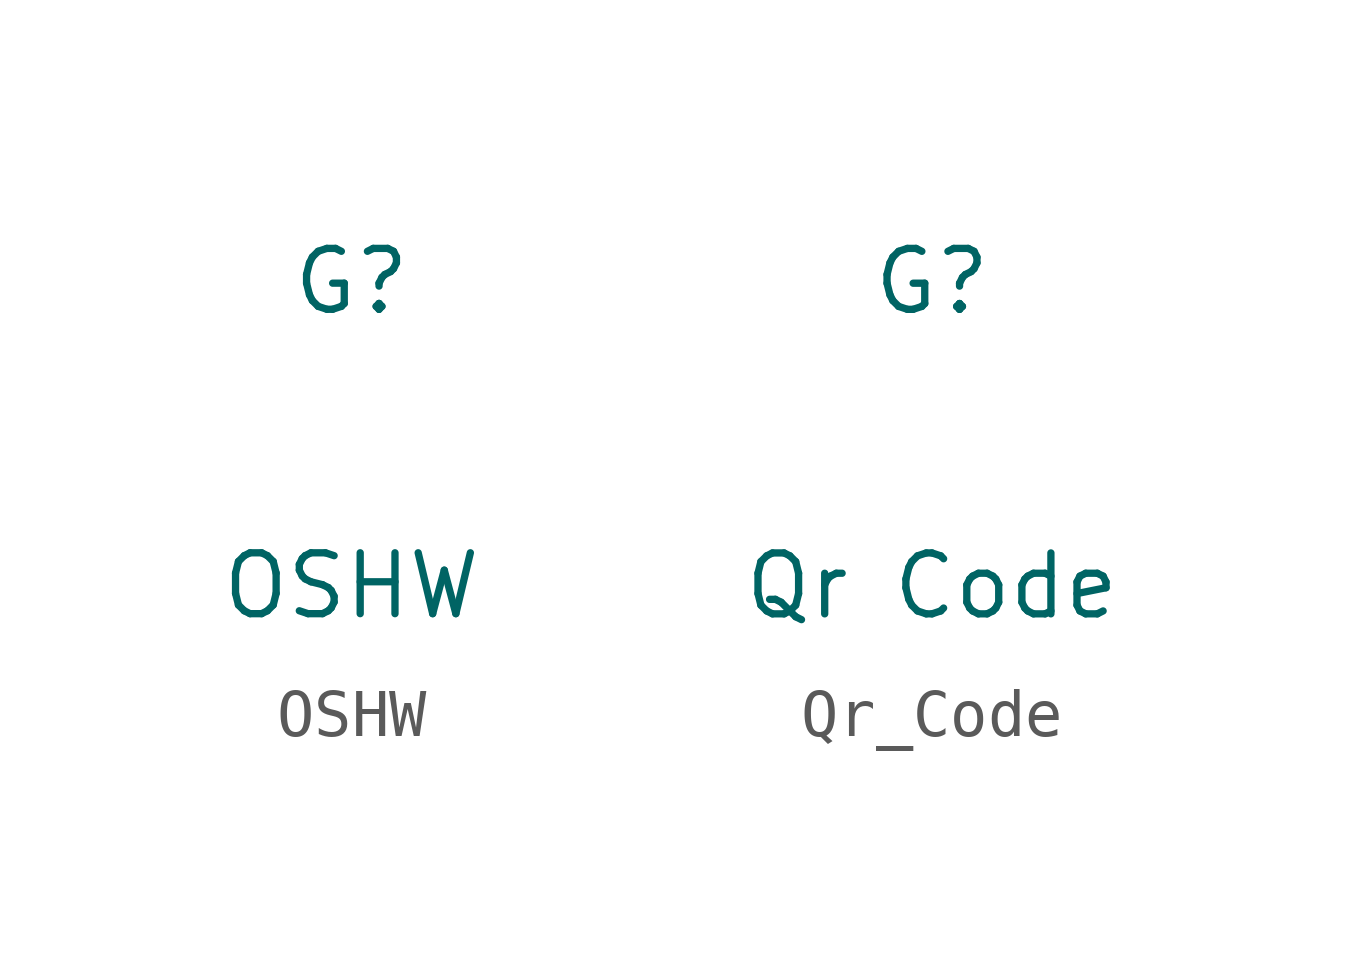
<source format=kicad_sym>
(kicad_symbol_lib
  (version 20241209)
  (generator "kicad_symbol_editor")
  (generator_version "9.0")
  (symbol "OSHW"
    (property "Reference" "G"
      (at 0 2.286 0)
      (effects (font (size 1.27 1.27))))
    (property "Value" "OSHW"
      (at 0 -4.064 0)
      (effects (font (size 1.27 1.27))))
    (symbol "OSHW_1_0"
      (polyline (pts (xy -0.925 0.211) (xy -0.898 0.209) (xy -0.872 0.206) (xy -0.846 0.201) (xy -0.82 0.195) (xy -0.795 0.188) (xy -0.771 0.18) (xy -0.747 0.17) (xy -0.723 0.16) (xy -0.7 0.148) (xy -0.678 0.135) (xy -0.657 0.121) (xy -0.636 0.106) (xy -0.616 0.091) (xy -0.597 0.074) (xy -0.578 0.057) (xy -0.561 0.038) (xy -0.544 0.019) (xy -0.528 -0.001) (xy -0.514 -0.022) (xy -0.5 -0.043) (xy -0.487 -0.065) (xy -0.475 -0.088) (xy -0.465 -0.112) (xy -0.455 -0.136) (xy -0.447 -0.16) (xy -0.44 -0.185) (xy -0.434 -0.211) (xy -0.429 -0.237) (xy -0.426 -0.263) (xy -0.424 -0.29) (xy -0.423 -0.318) (xy -0.424 -0.345) (xy -0.426 -0.372) (xy -0.429 -0.398) (xy -0.434 -0.424) (xy -0.44 -0.45) (xy -0.447 -0.475) (xy -0.455 -0.499) (xy -0.465 -0.523) (xy -0.475 -0.547) (xy -0.487 -0.57) (xy -0.5 -0.592) (xy -0.514 -0.613) (xy -0.528 -0.634) (xy -0.544 -0.654) (xy -0.561 -0.673) (xy -0.578 -0.692) (xy -0.597 -0.709) (xy -0.616 -0.726) (xy -0.636 -0.742) (xy -0.657 -0.756) (xy -0.678 -0.77) (xy -0.7 -0.783) (xy -0.723 -0.794) (xy -0.747 -0.805) (xy -0.771 -0.815) (xy -0.795 -0.823) (xy -0.82 -0.83) (xy -0.846 -0.836) (xy -0.872 -0.841) (xy -0.898 -0.844) (xy -0.925 -0.846) (xy -0.953 -0.847) (xy -0.98 -0.846) (xy -1.007 -0.844) (xy -1.033 -0.841) (xy -1.059 -0.836) (xy -1.085 -0.83) (xy -1.11 -0.823) (xy -1.134 -0.815) (xy -1.159 -0.805) (xy -1.182 -0.794) (xy -1.205 -0.783) (xy -1.227 -0.77) (xy -1.248 -0.756) (xy -1.269 -0.742) (xy -1.289 -0.726) (xy -1.308 -0.709) (xy -1.327 -0.692) (xy -1.344 -0.673) (xy -1.361 -0.654) (xy -1.377 -0.634) (xy -1.391 -0.613) (xy -1.405 -0.592) (xy -1.418 -0.57) (xy -1.429 -0.547) (xy -1.44 -0.523) (xy -1.45 -0.499) (xy -1.458 -0.475) (xy -1.465 -0.45) (xy -1.471 -0.424) (xy -1.476 -0.398) (xy -1.479 -0.372) (xy -1.481 -0.345) (xy -1.482 -0.318) (xy -1.481 -0.29) (xy -1.479 -0.263) (xy -1.476 -0.237) (xy -1.471 -0.211) (xy -1.465 -0.185) (xy -1.458 -0.16) (xy -1.45 -0.136) (xy -1.44 -0.112) (xy -1.429 -0.088) (xy -1.418 -0.065) (xy -1.405 -0.043) (xy -1.391 -0.022) (xy -1.377 -0.001) (xy -1.361 0.019) (xy -1.344 0.038) (xy -1.327 0.057) (xy -1.308 0.074) (xy -1.289 0.091) (xy -1.269 0.106) (xy -1.248 0.121) (xy -1.227 0.135) (xy -1.205 0.148) (xy -1.182 0.16) (xy -1.159 0.17) (xy -1.134 0.18) (xy -1.11 0.188) (xy -1.085 0.195) (xy -1.059 0.201) (xy -1.033 0.206) (xy -1.007 0.209) (xy -0.98 0.211) (xy -0.953 0.212) (xy -0.925 0.211)) (stroke (width -0.0001) (type solid)) (fill (type color) (color 0 0 0 0)))
      (polyline (pts (xy 1.442 1.27) (xy 1.456 1.269) (xy 1.469 1.267) (xy 1.482 1.265) (xy 1.495 1.262) (xy 1.508 1.258) (xy 1.52 1.254) (xy 1.532 1.249) (xy 1.544 1.244) (xy 1.555 1.238) (xy 1.566 1.232) (xy 1.577 1.225) (xy 1.587 1.218) (xy 1.597 1.21) (xy 1.607 1.201) (xy 1.616 1.193) (xy 1.625 1.183) (xy 1.633 1.174) (xy 1.641 1.164) (xy 1.648 1.153) (xy 1.655 1.143) (xy 1.661 1.132) (xy 1.667 1.12) (xy 1.673 1.109) (xy 1.677 1.096) (xy 1.681 1.084) (xy 1.685 1.072) (xy 1.688 1.059) (xy 1.69 1.046) (xy 1.692 1.032) (xy 1.693 1.019) (xy 1.693 1.005) (xy 1.693 -2.699) (xy 1.693 -2.712) (xy 1.692 -2.726) (xy 1.69 -2.739) (xy 1.688 -2.752) (xy 1.685 -2.765) (xy 1.681 -2.777) (xy 1.677 -2.79) (xy 1.673 -2.802) (xy 1.667 -2.813) (xy 1.661 -2.825) (xy 1.655 -2.836) (xy 1.648 -2.847) (xy 1.641 -2.857) (xy 1.633 -2.867) (xy 1.625 -2.877) (xy 1.616 -2.886) (xy 1.607 -2.895) (xy 1.597 -2.903) (xy 1.587 -2.911) (xy 1.577 -2.918) (xy 1.566 -2.925) (xy 1.555 -2.931) (xy 1.544 -2.937) (xy 1.532 -2.943) (xy 1.52 -2.947) (xy 1.508 -2.951) (xy 1.495 -2.955) (xy 1.482 -2.958) (xy 1.469 -2.96) (xy 1.456 -2.962) (xy 1.442 -2.963) (xy 1.429 -2.963) (xy -2.275 -2.963) (xy -2.289 -2.963) (xy -2.303 -2.962) (xy -2.316 -2.96) (xy -2.329 -2.958) (xy -2.342 -2.955) (xy -2.354 -2.951) (xy -2.366 -2.947) (xy -2.378 -2.943) (xy -2.39 -2.937) (xy -2.402 -2.931) (xy -2.413 -2.925) (xy -2.423 -2.918) (xy -2.434 -2.911) (xy -2.444 -2.903) (xy -2.453 -2.895) (xy -2.463 -2.886) (xy -2.471 -2.877) (xy -2.48 -2.867) (xy -2.487 -2.857) (xy -2.495 -2.847) (xy -2.502 -2.836) (xy -2.508 -2.825) (xy -2.514 -2.813) (xy -2.519 -2.802) (xy -2.524 -2.79) (xy -2.528 -2.777) (xy -2.532 -2.765) (xy -2.535 -2.752) (xy -2.537 -2.739) (xy -2.539 -2.726) (xy -2.54 -2.712) (xy -2.54 -2.699) (xy -2.54 -2.434) (xy -2.011 -2.434) (xy -1.428 -2.434) (xy 0.187 -0.819) (xy 0.197 -0.809) (xy 0.207 -0.8) (xy 0.218 -0.792) (xy 0.229 -0.785) (xy 0.24 -0.778) (xy 0.251 -0.771) (xy 0.263 -0.766) (xy 0.275 -0.76) (xy 0.287 -0.756) (xy 0.299 -0.752) (xy 0.311 -0.749) (xy 0.324 -0.746) (xy 0.336 -0.744) (xy 0.349 -0.742) (xy 0.362 -0.742) (xy 0.374 -0.741) (xy 0.387 -0.742) (xy 0.4 -0.742) (xy 0.412 -0.744) (xy 0.425 -0.746) (xy 0.437 -0.749) (xy 0.45 -0.752) (xy 0.462 -0.756) (xy 0.474 -0.76) (xy 0.486 -0.766) (xy 0.497 -0.771) (xy 0.509 -0.778) (xy 0.52 -0.785) (xy 0.531 -0.792) (xy 0.541 -0.8) (xy 0.551 -0.809) (xy 0.561 -0.819) (xy 1.164 -1.421) (xy 1.164 0.741) (xy -2.011 0.741) (xy -2.011 -2.434) (xy -2.54 -2.434) (xy -2.54 1.005) (xy -2.54 1.019) (xy -2.539 1.032) (xy -2.537 1.046) (xy -2.535 1.059) (xy -2.532 1.072) (xy -2.528 1.084) (xy -2.524 1.096) (xy -2.519 1.109) (xy -2.514 1.12) (xy -2.508 1.132) (xy -2.502 1.143) (xy -2.495 1.153) (xy -2.487 1.164) (xy -2.48 1.174) (xy -2.471 1.183) (xy -2.463 1.193) (xy -2.453 1.201) (xy -2.444 1.21) (xy -2.434 1.218) (xy -2.423 1.225) (xy -2.413 1.232) (xy -2.402 1.238) (xy -2.39 1.244) (xy -2.378 1.249) (xy -2.366 1.254) (xy -2.354 1.258) (xy -2.342 1.262) (xy -2.329 1.265) (xy -2.316 1.267) (xy -2.303 1.269) (xy -2.289 1.27) (xy -2.275 1.27) (xy 1.429 1.27) (xy 1.442 1.27)) (stroke (width -0.0001) (type solid)) (fill (type color) (color 0 0 0 0)))))
  (symbol "Qr_Code"
    (property "Reference" "G"
      (at 0 2.286 0)
      (effects (font (size 1.27 1.27))))
    (property "Value" "Qr Code"
      (at 0 -4.064 0)
      (effects (font (size 1.27 1.27))))
    (symbol "Qr_Code_1_0"
      (polyline (pts (xy -0.925 0.211) (xy -0.898 0.209) (xy -0.872 0.206) (xy -0.846 0.201) (xy -0.82 0.195) (xy -0.795 0.188) (xy -0.771 0.18) (xy -0.747 0.17) (xy -0.723 0.16) (xy -0.7 0.148) (xy -0.678 0.135) (xy -0.657 0.121) (xy -0.636 0.106) (xy -0.616 0.091) (xy -0.597 0.074) (xy -0.578 0.057) (xy -0.561 0.038) (xy -0.544 0.019) (xy -0.528 -0.001) (xy -0.514 -0.022) (xy -0.5 -0.043) (xy -0.487 -0.065) (xy -0.475 -0.088) (xy -0.465 -0.112) (xy -0.455 -0.136) (xy -0.447 -0.16) (xy -0.44 -0.185) (xy -0.434 -0.211) (xy -0.429 -0.237) (xy -0.426 -0.263) (xy -0.424 -0.29) (xy -0.423 -0.318) (xy -0.424 -0.345) (xy -0.426 -0.372) (xy -0.429 -0.398) (xy -0.434 -0.424) (xy -0.44 -0.45) (xy -0.447 -0.475) (xy -0.455 -0.499) (xy -0.465 -0.523) (xy -0.475 -0.547) (xy -0.487 -0.57) (xy -0.5 -0.592) (xy -0.514 -0.613) (xy -0.528 -0.634) (xy -0.544 -0.654) (xy -0.561 -0.673) (xy -0.578 -0.692) (xy -0.597 -0.709) (xy -0.616 -0.726) (xy -0.636 -0.742) (xy -0.657 -0.756) (xy -0.678 -0.77) (xy -0.7 -0.783) (xy -0.723 -0.794) (xy -0.747 -0.805) (xy -0.771 -0.815) (xy -0.795 -0.823) (xy -0.82 -0.83) (xy -0.846 -0.836) (xy -0.872 -0.841) (xy -0.898 -0.844) (xy -0.925 -0.846) (xy -0.953 -0.847) (xy -0.98 -0.846) (xy -1.007 -0.844) (xy -1.033 -0.841) (xy -1.059 -0.836) (xy -1.085 -0.83) (xy -1.11 -0.823) (xy -1.134 -0.815) (xy -1.159 -0.805) (xy -1.182 -0.794) (xy -1.205 -0.783) (xy -1.227 -0.77) (xy -1.248 -0.756) (xy -1.269 -0.742) (xy -1.289 -0.726) (xy -1.308 -0.709) (xy -1.327 -0.692) (xy -1.344 -0.673) (xy -1.361 -0.654) (xy -1.377 -0.634) (xy -1.391 -0.613) (xy -1.405 -0.592) (xy -1.418 -0.57) (xy -1.429 -0.547) (xy -1.44 -0.523) (xy -1.45 -0.499) (xy -1.458 -0.475) (xy -1.465 -0.45) (xy -1.471 -0.424) (xy -1.476 -0.398) (xy -1.479 -0.372) (xy -1.481 -0.345) (xy -1.482 -0.318) (xy -1.481 -0.29) (xy -1.479 -0.263) (xy -1.476 -0.237) (xy -1.471 -0.211) (xy -1.465 -0.185) (xy -1.458 -0.16) (xy -1.45 -0.136) (xy -1.44 -0.112) (xy -1.429 -0.088) (xy -1.418 -0.065) (xy -1.405 -0.043) (xy -1.391 -0.022) (xy -1.377 -0.001) (xy -1.361 0.019) (xy -1.344 0.038) (xy -1.327 0.057) (xy -1.308 0.074) (xy -1.289 0.091) (xy -1.269 0.106) (xy -1.248 0.121) (xy -1.227 0.135) (xy -1.205 0.148) (xy -1.182 0.16) (xy -1.159 0.17) (xy -1.134 0.18) (xy -1.11 0.188) (xy -1.085 0.195) (xy -1.059 0.201) (xy -1.033 0.206) (xy -1.007 0.209) (xy -0.98 0.211) (xy -0.953 0.212) (xy -0.925 0.211)) (stroke (width -0.0001) (type solid)) (fill (type color) (color 0 0 0 0)))
      (polyline (pts (xy 1.442 1.27) (xy 1.456 1.269) (xy 1.469 1.267) (xy 1.482 1.265) (xy 1.495 1.262) (xy 1.508 1.258) (xy 1.52 1.254) (xy 1.532 1.249) (xy 1.544 1.244) (xy 1.555 1.238) (xy 1.566 1.232) (xy 1.577 1.225) (xy 1.587 1.218) (xy 1.597 1.21) (xy 1.607 1.201) (xy 1.616 1.193) (xy 1.625 1.183) (xy 1.633 1.174) (xy 1.641 1.164) (xy 1.648 1.153) (xy 1.655 1.143) (xy 1.661 1.132) (xy 1.667 1.12) (xy 1.673 1.109) (xy 1.677 1.096) (xy 1.681 1.084) (xy 1.685 1.072) (xy 1.688 1.059) (xy 1.69 1.046) (xy 1.692 1.032) (xy 1.693 1.019) (xy 1.693 1.005) (xy 1.693 -2.699) (xy 1.693 -2.712) (xy 1.692 -2.726) (xy 1.69 -2.739) (xy 1.688 -2.752) (xy 1.685 -2.765) (xy 1.681 -2.777) (xy 1.677 -2.79) (xy 1.673 -2.802) (xy 1.667 -2.813) (xy 1.661 -2.825) (xy 1.655 -2.836) (xy 1.648 -2.847) (xy 1.641 -2.857) (xy 1.633 -2.867) (xy 1.625 -2.877) (xy 1.616 -2.886) (xy 1.607 -2.895) (xy 1.597 -2.903) (xy 1.587 -2.911) (xy 1.577 -2.918) (xy 1.566 -2.925) (xy 1.555 -2.931) (xy 1.544 -2.937) (xy 1.532 -2.943) (xy 1.52 -2.947) (xy 1.508 -2.951) (xy 1.495 -2.955) (xy 1.482 -2.958) (xy 1.469 -2.96) (xy 1.456 -2.962) (xy 1.442 -2.963) (xy 1.429 -2.963) (xy -2.275 -2.963) (xy -2.289 -2.963) (xy -2.303 -2.962) (xy -2.316 -2.96) (xy -2.329 -2.958) (xy -2.342 -2.955) (xy -2.354 -2.951) (xy -2.366 -2.947) (xy -2.378 -2.943) (xy -2.39 -2.937) (xy -2.402 -2.931) (xy -2.413 -2.925) (xy -2.423 -2.918) (xy -2.434 -2.911) (xy -2.444 -2.903) (xy -2.453 -2.895) (xy -2.463 -2.886) (xy -2.471 -2.877) (xy -2.48 -2.867) (xy -2.487 -2.857) (xy -2.495 -2.847) (xy -2.502 -2.836) (xy -2.508 -2.825) (xy -2.514 -2.813) (xy -2.519 -2.802) (xy -2.524 -2.79) (xy -2.528 -2.777) (xy -2.532 -2.765) (xy -2.535 -2.752) (xy -2.537 -2.739) (xy -2.539 -2.726) (xy -2.54 -2.712) (xy -2.54 -2.699) (xy -2.54 -2.434) (xy -2.011 -2.434) (xy -1.428 -2.434) (xy 0.187 -0.819) (xy 0.197 -0.809) (xy 0.207 -0.8) (xy 0.218 -0.792) (xy 0.229 -0.785) (xy 0.24 -0.778) (xy 0.251 -0.771) (xy 0.263 -0.766) (xy 0.275 -0.76) (xy 0.287 -0.756) (xy 0.299 -0.752) (xy 0.311 -0.749) (xy 0.324 -0.746) (xy 0.336 -0.744) (xy 0.349 -0.742) (xy 0.362 -0.742) (xy 0.374 -0.741) (xy 0.387 -0.742) (xy 0.4 -0.742) (xy 0.412 -0.744) (xy 0.425 -0.746) (xy 0.437 -0.749) (xy 0.45 -0.752) (xy 0.462 -0.756) (xy 0.474 -0.76) (xy 0.486 -0.766) (xy 0.497 -0.771) (xy 0.509 -0.778) (xy 0.52 -0.785) (xy 0.531 -0.792) (xy 0.541 -0.8) (xy 0.551 -0.809) (xy 0.561 -0.819) (xy 1.164 -1.421) (xy 1.164 0.741) (xy -2.011 0.741) (xy -2.011 -2.434) (xy -2.54 -2.434) (xy -2.54 1.005) (xy -2.54 1.019) (xy -2.539 1.032) (xy -2.537 1.046) (xy -2.535 1.059) (xy -2.532 1.072) (xy -2.528 1.084) (xy -2.524 1.096) (xy -2.519 1.109) (xy -2.514 1.12) (xy -2.508 1.132) (xy -2.502 1.143) (xy -2.495 1.153) (xy -2.487 1.164) (xy -2.48 1.174) (xy -2.471 1.183) (xy -2.463 1.193) (xy -2.453 1.201) (xy -2.444 1.21) (xy -2.434 1.218) (xy -2.423 1.225) (xy -2.413 1.232) (xy -2.402 1.238) (xy -2.39 1.244) (xy -2.378 1.249) (xy -2.366 1.254) (xy -2.354 1.258) (xy -2.342 1.262) (xy -2.329 1.265) (xy -2.316 1.267) (xy -2.303 1.269) (xy -2.289 1.27) (xy -2.275 1.27) (xy 1.429 1.27) (xy 1.442 1.27)) (stroke (width -0.0001) (type solid)) (fill (type color) (color 0 0 0 0))))))
</source>
